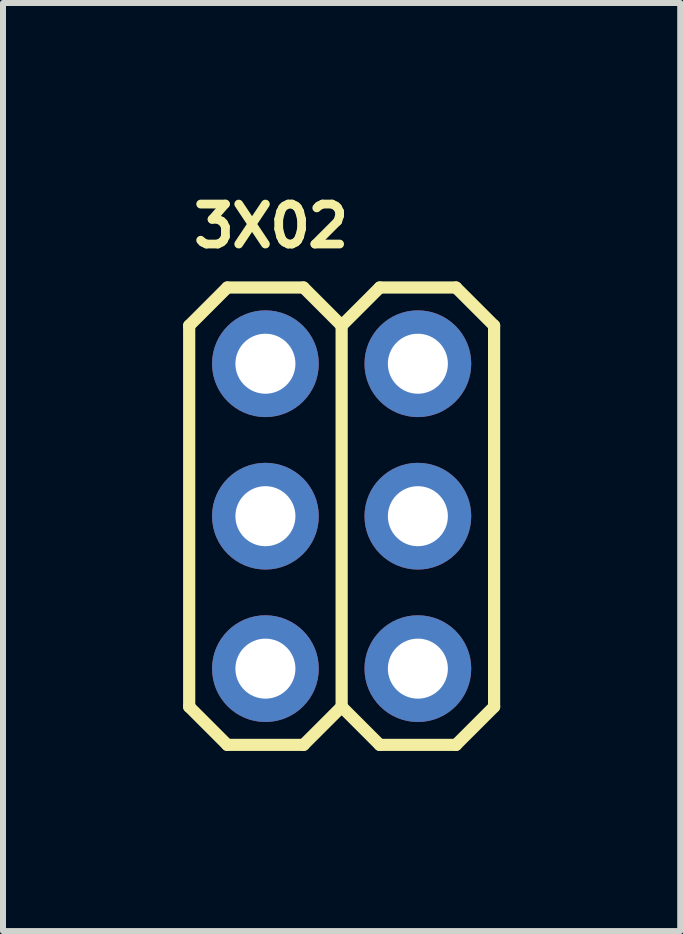
<source format=kicad_pcb>
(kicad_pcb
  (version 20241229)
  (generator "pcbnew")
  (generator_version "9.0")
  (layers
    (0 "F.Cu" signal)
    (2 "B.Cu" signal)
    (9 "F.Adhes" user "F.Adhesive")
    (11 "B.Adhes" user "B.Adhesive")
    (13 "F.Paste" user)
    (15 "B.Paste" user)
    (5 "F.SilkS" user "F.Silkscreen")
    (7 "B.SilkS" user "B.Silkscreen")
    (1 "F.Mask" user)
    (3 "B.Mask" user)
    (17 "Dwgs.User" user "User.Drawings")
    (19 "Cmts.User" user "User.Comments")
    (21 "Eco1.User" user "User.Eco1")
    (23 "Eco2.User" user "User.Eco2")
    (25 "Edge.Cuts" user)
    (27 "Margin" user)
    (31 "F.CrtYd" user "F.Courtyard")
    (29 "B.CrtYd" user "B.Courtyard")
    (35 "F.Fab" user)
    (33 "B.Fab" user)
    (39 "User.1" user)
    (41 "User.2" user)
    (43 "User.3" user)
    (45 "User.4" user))
  (footprint "3X02"
    (layer "F.Cu")
    (at 2.642 5.55)
    (property "Reference" "3X02" (at -2.54 -4.445 0) (layer "F.SilkS") (effects (font (size 0.666 0.666) (thickness 0.146)) (justify left bottom)))
    (fp_line (start -2.54 -3.175) (end -1.905 -3.81) (stroke (width 0.203) (type solid)) (layer "F.SilkS"))
    (fp_line (start -2.54 3.175) (end -2.54 -3.175) (stroke (width 0.203) (type solid)) (layer "F.SilkS"))
    (fp_line (start -2.54 3.175) (end -1.905 3.81) (stroke (width 0.203) (type solid)) (layer "F.SilkS"))
    (fp_line (start -1.905 -3.81) (end -0.635 -3.81) (stroke (width 0.203) (type solid)) (layer "F.SilkS"))
    (fp_line (start -1.905 3.81) (end -0.635 3.81) (stroke (width 0.203) (type solid)) (layer "F.SilkS"))
    (fp_line (start -0.635 -3.81) (end 0 -3.175) (stroke (width 0.203) (type solid)) (layer "F.SilkS"))
    (fp_line (start -0.635 3.81) (end 0 3.175) (stroke (width 0.203) (type solid)) (layer "F.SilkS"))
    (fp_line (start 0 -3.175) (end 0 3.175) (stroke (width 0.203) (type solid)) (layer "F.SilkS"))
    (fp_line (start 0 -3.175) (end 0.635 -3.81) (stroke (width 0.203) (type solid)) (layer "F.SilkS"))
    (fp_line (start 0 3.175) (end 0.635 3.81) (stroke (width 0.203) (type solid)) (layer "F.SilkS"))
    (fp_line (start 0.635 -3.81) (end 1.905 -3.81) (stroke (width 0.203) (type solid)) (layer "F.SilkS"))
    (fp_line (start 0.635 3.81) (end 1.905 3.81) (stroke (width 0.203) (type solid)) (layer "F.SilkS"))
    (fp_line (start 1.905 -3.81) (end 2.54 -3.175) (stroke (width 0.203) (type solid)) (layer "F.SilkS"))
    (fp_line (start 1.905 3.81) (end 2.54 3.175) (stroke (width 0.203) (type solid)) (layer "F.SilkS"))
    (fp_line (start 2.54 -3.175) (end 2.54 3.175) (stroke (width 0.203) (type solid)) (layer "F.SilkS"))
    (fp_poly (pts (xy -1.524 -2.286) (xy -1.016 -2.286) (xy -1.016 -2.794) (xy -1.524 -2.794)) (stroke (width 0.1) (type default)) (fill no) (layer "F.Fab"))
    (fp_poly (pts (xy -1.524 0.254) (xy -1.016 0.254) (xy -1.016 -0.254) (xy -1.524 -0.254)) (stroke (width 0.1) (type default)) (fill no) (layer "F.Fab"))
    (fp_poly (pts (xy -1.524 2.794) (xy -1.016 2.794) (xy -1.016 2.286) (xy -1.524 2.286)) (stroke (width 0.1) (type default)) (fill no) (layer "F.Fab"))
    (fp_poly (pts (xy 1.016 -2.286) (xy 1.524 -2.286) (xy 1.524 -2.794) (xy 1.016 -2.794)) (stroke (width 0.1) (type default)) (fill no) (layer "F.Fab"))
    (fp_poly (pts (xy 1.016 0.254) (xy 1.524 0.254) (xy 1.524 -0.254) (xy 1.016 -0.254)) (stroke (width 0.1) (type default)) (fill no) (layer "F.Fab"))
    (fp_poly (pts (xy 1.016 2.794) (xy 1.524 2.794) (xy 1.524 2.286) (xy 1.016 2.286)) (stroke (width 0.1) (type default)) (fill no) (layer "F.Fab"))
    (pad "1" thru_hole circle (at -1.27 2.54) (size 1.778 1.778) (drill 1) (layers "*.Cu" "*.Mask"))
    (pad "2" thru_hole circle (at -1.27 0) (size 1.778 1.778) (drill 1) (layers "*.Cu" "*.Mask"))
    (pad "3" thru_hole circle (at -1.27 -2.54) (size 1.778 1.778) (drill 1) (layers "*.Cu" "*.Mask"))
    (pad "4" thru_hole circle (at 1.27 2.54) (size 1.778 1.778) (drill 1) (layers "*.Cu" "*.Mask"))
    (pad "5" thru_hole circle (at 1.27 0) (size 1.778 1.778) (drill 1) (layers "*.Cu" "*.Mask"))
    (pad "6" thru_hole circle (at 1.27 -2.54) (size 1.778 1.778) (drill 1) (layers "*.Cu" "*.Mask")))
  (gr_rect
    (start -3 -3)
    (end 8.283 12.462)
    (stroke (width 0.1) (type default))
    (fill no)
    (layer "Edge.Cuts")))
</source>
